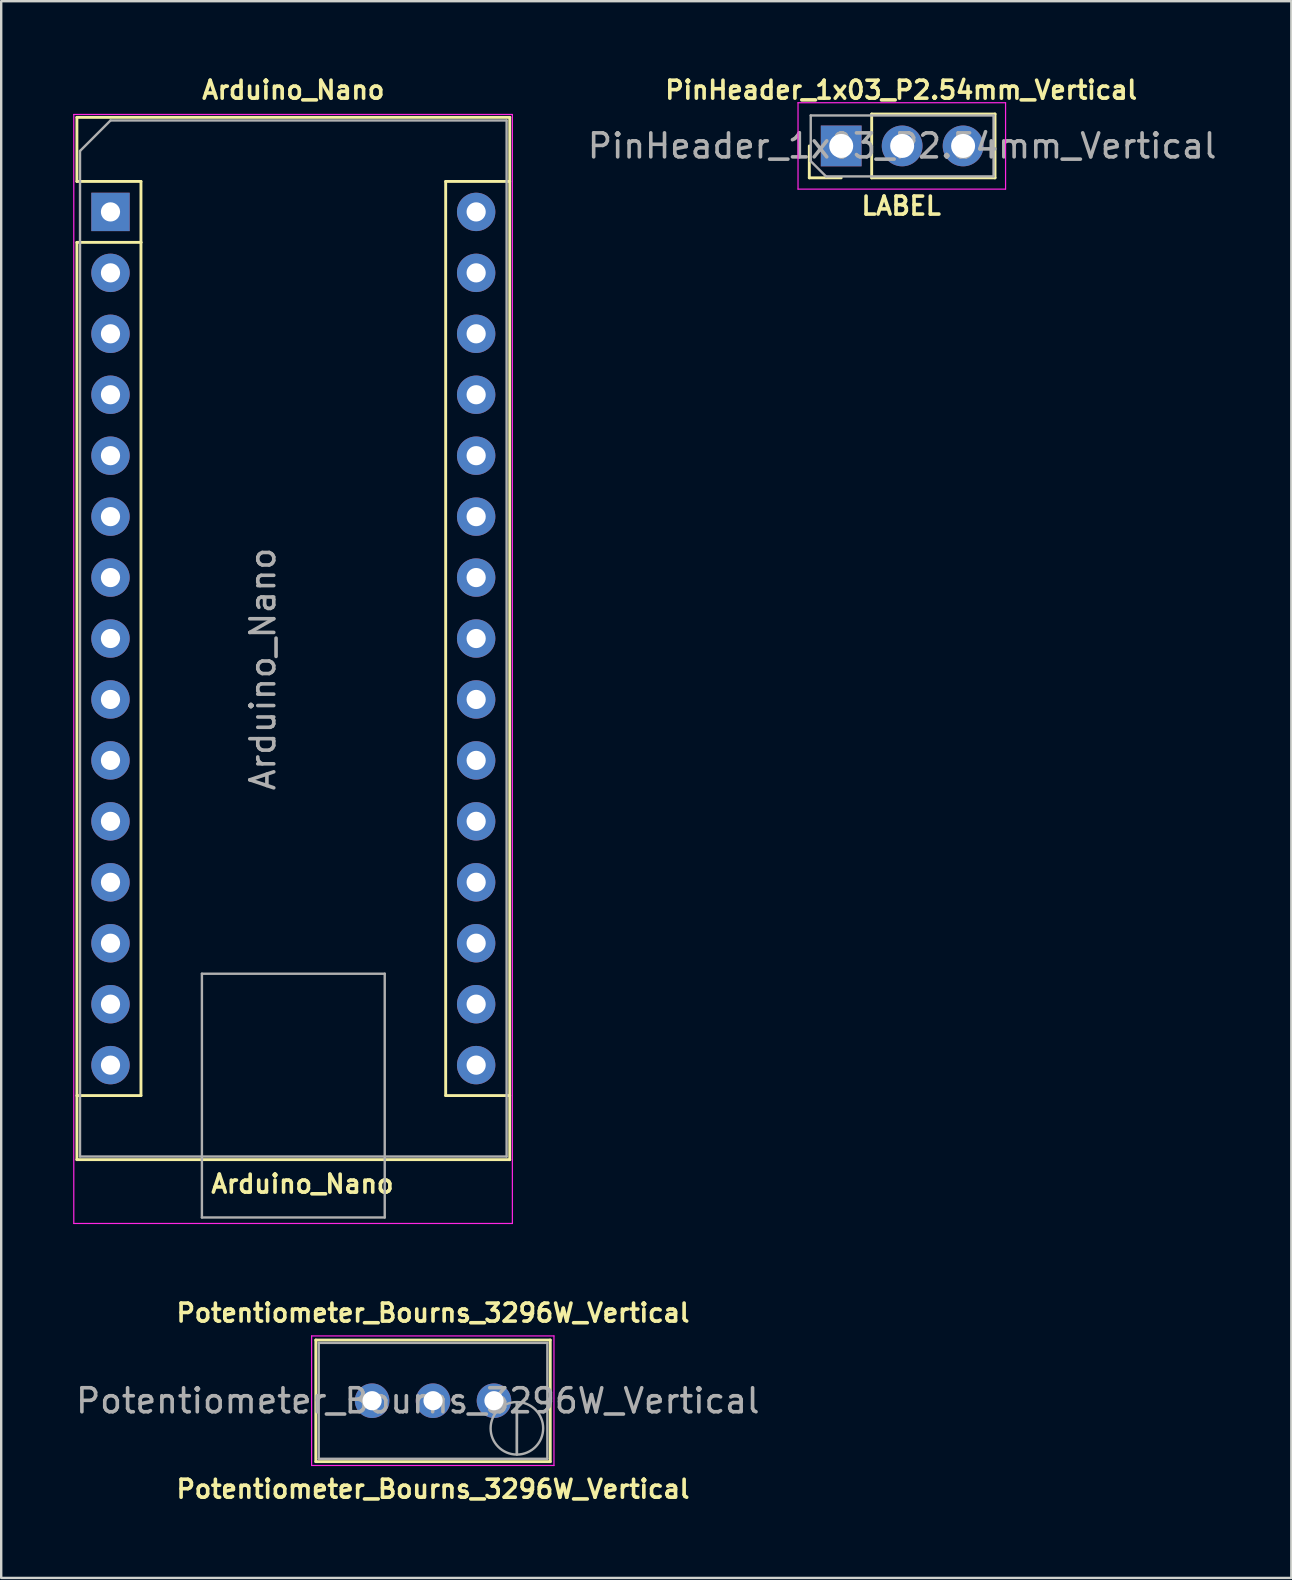
<source format=kicad_pcb>
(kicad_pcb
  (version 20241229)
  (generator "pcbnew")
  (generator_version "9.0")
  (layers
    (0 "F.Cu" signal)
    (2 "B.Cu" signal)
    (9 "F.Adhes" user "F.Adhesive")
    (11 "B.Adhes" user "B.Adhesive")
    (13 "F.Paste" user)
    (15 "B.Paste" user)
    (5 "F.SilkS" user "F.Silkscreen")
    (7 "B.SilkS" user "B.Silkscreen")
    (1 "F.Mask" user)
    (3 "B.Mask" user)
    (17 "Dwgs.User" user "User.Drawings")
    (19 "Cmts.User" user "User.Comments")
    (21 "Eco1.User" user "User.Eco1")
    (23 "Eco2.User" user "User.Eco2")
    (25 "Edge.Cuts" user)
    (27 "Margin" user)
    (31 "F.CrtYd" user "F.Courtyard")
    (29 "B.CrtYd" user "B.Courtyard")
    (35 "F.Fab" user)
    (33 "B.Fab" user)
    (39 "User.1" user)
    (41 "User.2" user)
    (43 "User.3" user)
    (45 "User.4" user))
  (footprint "Potentiometer_Bourns_3296W_Vertical"
    (layer "F.Cu")
    (at 14.998 55.329)
    (property "Reference" "Potentiometer_Bourns_3296W_Vertical" (at 0 -3.66 0) (layer "F.SilkS") (effects (font (size 0.75 0.75) (thickness 0.15))))
    (property "Value" "Potentiometer_Bourns_3296W_Vertical" (at 0 3.67 0) (layer "F.Fab") (hide yes) (effects (font (size 1 1) (thickness 0.15))))
    (attr through_hole)
    (fp_line (start -4.885 -2.53) (end -4.885 2.54) (stroke (width 0.12) (type solid)) (layer "F.SilkS"))
    (fp_line (start -4.885 -2.53) (end 4.885 -2.53) (stroke (width 0.12) (type solid)) (layer "F.SilkS"))
    (fp_line (start -4.885 2.54) (end 4.885 2.54) (stroke (width 0.12) (type solid)) (layer "F.SilkS"))
    (fp_line (start 4.885 -2.53) (end 4.885 2.54) (stroke (width 0.12) (type solid)) (layer "F.SilkS"))
    (fp_line (start -5.06 -2.7) (end -5.06 2.7) (stroke (width 0.05) (type solid)) (layer "F.CrtYd"))
    (fp_line (start -5.06 2.7) (end 5.04 2.7) (stroke (width 0.05) (type solid)) (layer "F.CrtYd"))
    (fp_line (start 5.04 -2.7) (end -5.06 -2.7) (stroke (width 0.05) (type solid)) (layer "F.CrtYd"))
    (fp_line (start 5.04 2.7) (end 5.04 -2.7) (stroke (width 0.05) (type solid)) (layer "F.CrtYd"))
    (fp_line (start -4.765 -2.41) (end -4.765 2.42) (stroke (width 0.1) (type solid)) (layer "F.Fab"))
    (fp_line (start -4.765 2.42) (end 4.765 2.42) (stroke (width 0.1) (type solid)) (layer "F.Fab"))
    (fp_line (start 3.495 2.235) (end 3.496 0.066) (stroke (width 0.1) (type solid)) (layer "F.Fab"))
    (fp_line (start 3.495 2.235) (end 3.496 0.066) (stroke (width 0.1) (type solid)) (layer "F.Fab"))
    (fp_line (start 4.765 -2.41) (end -4.765 -2.41) (stroke (width 0.1) (type solid)) (layer "F.Fab"))
    (fp_line (start 4.765 2.42) (end 4.765 -2.41) (stroke (width 0.1) (type solid)) (layer "F.Fab"))
    (fp_circle (center 3.495 1.15) (end 4.59 1.15) (stroke (width 0.1) (type solid)) (fill no) (layer "F.Fab"))
    (fp_text user "${VALUE}" (at 0 3.683 0) (layer "F.SilkS") (effects (font (size 0.75 0.75) (thickness 0.15))))
    (fp_text user "${REFERENCE}" (at -0.635 0.005 0) (layer "F.Fab") (effects (font (size 1 1) (thickness 0.15))))
    (pad "1" thru_hole circle (at 2.54 0) (size 1.44 1.44) (drill 0.8) (layers "*.Cu" "*.Mask"))
    (pad "2" thru_hole circle (at 0 0) (size 1.44 1.44) (drill 0.8) (layers "*.Cu" "*.Mask"))
    (pad "3" thru_hole circle (at -2.54 0) (size 1.44 1.44) (drill 0.8) (layers "*.Cu" "*.Mask")))
  (footprint "Arduino_Nano"
    (layer "F.Cu")
    (at 1.555 5.782)
    (property "Reference" "Arduino_Nano" (at 7.62 -5.08 0) (layer "F.SilkS") (effects (font (size 0.75 0.75) (thickness 0.15))))
    (property "Value" "Arduino_Nano" (at 8.89 19.05 90) (layer "F.Fab") (hide yes) (effects (font (size 1 1) (thickness 0.15))))
    (attr through_hole)
    (fp_line (start -1.4 -3.94) (end -1.4 -1.27) (stroke (width 0.12) (type solid)) (layer "F.SilkS"))
    (fp_line (start -1.4 1.27) (end -1.4 39.5) (stroke (width 0.12) (type solid)) (layer "F.SilkS"))
    (fp_line (start -1.4 39.5) (end 16.64 39.5) (stroke (width 0.12) (type solid)) (layer "F.SilkS"))
    (fp_line (start 1.27 -1.27) (end -1.4 -1.27) (stroke (width 0.12) (type solid)) (layer "F.SilkS"))
    (fp_line (start 1.27 1.27) (end -1.4 1.27) (stroke (width 0.12) (type solid)) (layer "F.SilkS"))
    (fp_line (start 1.27 1.27) (end 1.27 -1.27) (stroke (width 0.12) (type solid)) (layer "F.SilkS"))
    (fp_line (start 1.27 1.27) (end 1.27 36.83) (stroke (width 0.12) (type solid)) (layer "F.SilkS"))
    (fp_line (start 1.27 36.83) (end -1.4 36.83) (stroke (width 0.12) (type solid)) (layer "F.SilkS"))
    (fp_line (start 13.97 -1.27) (end 13.97 36.83) (stroke (width 0.12) (type solid)) (layer "F.SilkS"))
    (fp_line (start 13.97 -1.27) (end 16.64 -1.27) (stroke (width 0.12) (type solid)) (layer "F.SilkS"))
    (fp_line (start 13.97 36.83) (end 16.64 36.83) (stroke (width 0.12) (type solid)) (layer "F.SilkS"))
    (fp_line (start 16.64 -3.94) (end -1.4 -3.94) (stroke (width 0.12) (type solid)) (layer "F.SilkS"))
    (fp_line (start 16.64 39.5) (end 16.64 -3.94) (stroke (width 0.12) (type solid)) (layer "F.SilkS"))
    (fp_line (start -1.53 -4.06) (end -1.53 42.16) (stroke (width 0.05) (type solid)) (layer "F.CrtYd"))
    (fp_line (start -1.53 -4.06) (end 16.75 -4.06) (stroke (width 0.05) (type solid)) (layer "F.CrtYd"))
    (fp_line (start 16.75 42.16) (end -1.53 42.16) (stroke (width 0.05) (type solid)) (layer "F.CrtYd"))
    (fp_line (start 16.75 42.16) (end 16.75 -4.06) (stroke (width 0.05) (type solid)) (layer "F.CrtYd"))
    (fp_line (start -1.27 -2.54) (end 0 -3.81) (stroke (width 0.1) (type solid)) (layer "F.Fab"))
    (fp_line (start -1.27 39.37) (end -1.27 -2.54) (stroke (width 0.1) (type solid)) (layer "F.Fab"))
    (fp_line (start 0 -3.81) (end 16.51 -3.81) (stroke (width 0.1) (type solid)) (layer "F.Fab"))
    (fp_line (start 3.81 31.75) (end 11.43 31.75) (stroke (width 0.1) (type solid)) (layer "F.Fab"))
    (fp_line (start 3.81 41.91) (end 3.81 31.75) (stroke (width 0.1) (type solid)) (layer "F.Fab"))
    (fp_line (start 11.43 31.75) (end 11.43 41.91) (stroke (width 0.1) (type solid)) (layer "F.Fab"))
    (fp_line (start 11.43 41.91) (end 3.81 41.91) (stroke (width 0.1) (type solid)) (layer "F.Fab"))
    (fp_line (start 16.51 -3.81) (end 16.51 39.37) (stroke (width 0.1) (type solid)) (layer "F.Fab"))
    (fp_line (start 16.51 39.37) (end -1.27 39.37) (stroke (width 0.1) (type solid)) (layer "F.Fab"))
    (fp_text user "${VALUE}" (at 8 40.513 0) (layer "F.SilkS") (effects (font (size 0.75 0.75) (thickness 0.15))))
    (fp_text user "${REFERENCE}" (at 6.35 19.05 90) (layer "F.Fab") (effects (font (size 1 1) (thickness 0.15))))
    (pad "1" thru_hole rect (at 0 0) (size 1.6 1.6) (drill 0.8) (layers "*.Cu" "*.Mask"))
    (pad "2" thru_hole oval (at 0 2.54) (size 1.6 1.6) (drill 0.8) (layers "*.Cu" "*.Mask"))
    (pad "3" thru_hole oval (at 0 5.08) (size 1.6 1.6) (drill 0.8) (layers "*.Cu" "*.Mask"))
    (pad "4" thru_hole oval (at 0 7.62) (size 1.6 1.6) (drill 0.8) (layers "*.Cu" "*.Mask"))
    (pad "5" thru_hole oval (at 0 10.16) (size 1.6 1.6) (drill 0.8) (layers "*.Cu" "*.Mask"))
    (pad "6" thru_hole oval (at 0 12.7) (size 1.6 1.6) (drill 0.8) (layers "*.Cu" "*.Mask"))
    (pad "7" thru_hole oval (at 0 15.24) (size 1.6 1.6) (drill 0.8) (layers "*.Cu" "*.Mask"))
    (pad "8" thru_hole oval (at 0 17.78) (size 1.6 1.6) (drill 0.8) (layers "*.Cu" "*.Mask"))
    (pad "9" thru_hole oval (at 0 20.32) (size 1.6 1.6) (drill 0.8) (layers "*.Cu" "*.Mask"))
    (pad "10" thru_hole oval (at 0 22.86) (size 1.6 1.6) (drill 0.8) (layers "*.Cu" "*.Mask"))
    (pad "11" thru_hole oval (at 0 25.4) (size 1.6 1.6) (drill 0.8) (layers "*.Cu" "*.Mask"))
    (pad "12" thru_hole oval (at 0 27.94) (size 1.6 1.6) (drill 0.8) (layers "*.Cu" "*.Mask"))
    (pad "13" thru_hole oval (at 0 30.48) (size 1.6 1.6) (drill 0.8) (layers "*.Cu" "*.Mask"))
    (pad "14" thru_hole oval (at 0 33.02) (size 1.6 1.6) (drill 0.8) (layers "*.Cu" "*.Mask"))
    (pad "15" thru_hole oval (at 0 35.56) (size 1.6 1.6) (drill 0.8) (layers "*.Cu" "*.Mask"))
    (pad "16" thru_hole oval (at 15.24 35.56) (size 1.6 1.6) (drill 0.8) (layers "*.Cu" "*.Mask"))
    (pad "17" thru_hole oval (at 15.24 33.02) (size 1.6 1.6) (drill 0.8) (layers "*.Cu" "*.Mask"))
    (pad "18" thru_hole oval (at 15.24 30.48) (size 1.6 1.6) (drill 0.8) (layers "*.Cu" "*.Mask"))
    (pad "19" thru_hole oval (at 15.24 27.94) (size 1.6 1.6) (drill 0.8) (layers "*.Cu" "*.Mask"))
    (pad "20" thru_hole oval (at 15.24 25.4) (size 1.6 1.6) (drill 0.8) (layers "*.Cu" "*.Mask"))
    (pad "21" thru_hole oval (at 15.24 22.86) (size 1.6 1.6) (drill 0.8) (layers "*.Cu" "*.Mask"))
    (pad "22" thru_hole oval (at 15.24 20.32) (size 1.6 1.6) (drill 0.8) (layers "*.Cu" "*.Mask"))
    (pad "23" thru_hole oval (at 15.24 17.78) (size 1.6 1.6) (drill 0.8) (layers "*.Cu" "*.Mask"))
    (pad "24" thru_hole oval (at 15.24 15.24) (size 1.6 1.6) (drill 0.8) (layers "*.Cu" "*.Mask"))
    (pad "25" thru_hole oval (at 15.24 12.7) (size 1.6 1.6) (drill 0.8) (layers "*.Cu" "*.Mask"))
    (pad "26" thru_hole oval (at 15.24 10.16) (size 1.6 1.6) (drill 0.8) (layers "*.Cu" "*.Mask"))
    (pad "27" thru_hole oval (at 15.24 7.62) (size 1.6 1.6) (drill 0.8) (layers "*.Cu" "*.Mask"))
    (pad "28" thru_hole oval (at 15.24 5.08) (size 1.6 1.6) (drill 0.8) (layers "*.Cu" "*.Mask"))
    (pad "29" thru_hole oval (at 15.24 2.54) (size 1.6 1.6) (drill 0.8) (layers "*.Cu" "*.Mask"))
    (pad "30" thru_hole oval (at 15.24 0) (size 1.6 1.6) (drill 0.8) (layers "*.Cu" "*.Mask")))
  (footprint "PinHeader_1x03_P2.54mm_Vertical"
    (layer "F.Cu")
    (at 34.51 3.032)
    (property "Reference" "PinHeader_1x03_P2.54mm_Vertical" (at 0 -2.33 0) (layer "F.SilkS") (effects (font (size 0.75 0.75) (thickness 0.15))))
    (attr through_hole)
    (fp_line (start -3.83 1.33) (end -3.83 0) (stroke (width 0.12) (type solid)) (layer "F.SilkS"))
    (fp_line (start -2.5 1.33) (end -3.83 1.33) (stroke (width 0.12) (type solid)) (layer "F.SilkS"))
    (fp_line (start -1.23 -1.33) (end 3.91 -1.33) (stroke (width 0.12) (type solid)) (layer "F.SilkS"))
    (fp_line (start -1.23 1.33) (end -1.23 -1.33) (stroke (width 0.12) (type solid)) (layer "F.SilkS"))
    (fp_line (start -1.23 1.33) (end 3.91 1.33) (stroke (width 0.12) (type solid)) (layer "F.SilkS"))
    (fp_line (start 3.91 1.33) (end 3.91 -1.33) (stroke (width 0.12) (type solid)) (layer "F.SilkS"))
    (fp_line (start -4.3 -1.8) (end -4.3 1.8) (stroke (width 0.05) (type solid)) (layer "F.CrtYd"))
    (fp_line (start -4.3 1.8) (end 4.35 1.8) (stroke (width 0.05) (type solid)) (layer "F.CrtYd"))
    (fp_line (start 4.35 -1.8) (end -4.3 -1.8) (stroke (width 0.05) (type solid)) (layer "F.CrtYd"))
    (fp_line (start 4.35 1.8) (end 4.35 -1.8) (stroke (width 0.05) (type solid)) (layer "F.CrtYd"))
    (fp_line (start -3.77 -1.27) (end 3.85 -1.27) (stroke (width 0.1) (type solid)) (layer "F.Fab"))
    (fp_line (start -3.77 0.635) (end -3.77 -1.27) (stroke (width 0.1) (type solid)) (layer "F.Fab"))
    (fp_line (start -3.135 1.27) (end -3.77 0.635) (stroke (width 0.1) (type solid)) (layer "F.Fab"))
    (fp_line (start 3.85 -1.27) (end 3.85 1.27) (stroke (width 0.1) (type solid)) (layer "F.Fab"))
    (fp_line (start 3.85 1.27) (end -3.135 1.27) (stroke (width 0.1) (type solid)) (layer "F.Fab"))
    (fp_text user "LABEL" (at 0 2.5 0) (layer "F.SilkS") (effects (font (size 0.75 0.75) (thickness 0.15))))
    (fp_text user "${REFERENCE}" (at 0.04 0 180) (layer "F.Fab") (effects (font (size 1 1) (thickness 0.15))))
    (pad "1" thru_hole rect (at -2.5 0 90) (size 1.7 1.7) (drill 1) (layers "*.Cu" "*.Mask"))
    (pad "2" thru_hole oval (at 0.04 0 90) (size 1.7 1.7) (drill 1) (layers "*.Cu" "*.Mask"))
    (pad "3" thru_hole oval (at 2.58 0 90) (size 1.7 1.7) (drill 1) (layers "*.Cu" "*.Mask")))
  (gr_rect
    (start -3 -3)
    (end 50.77 62.714)
    (stroke (width 0.1) (type default))
    (fill no)
    (layer "Edge.Cuts")))
</source>
